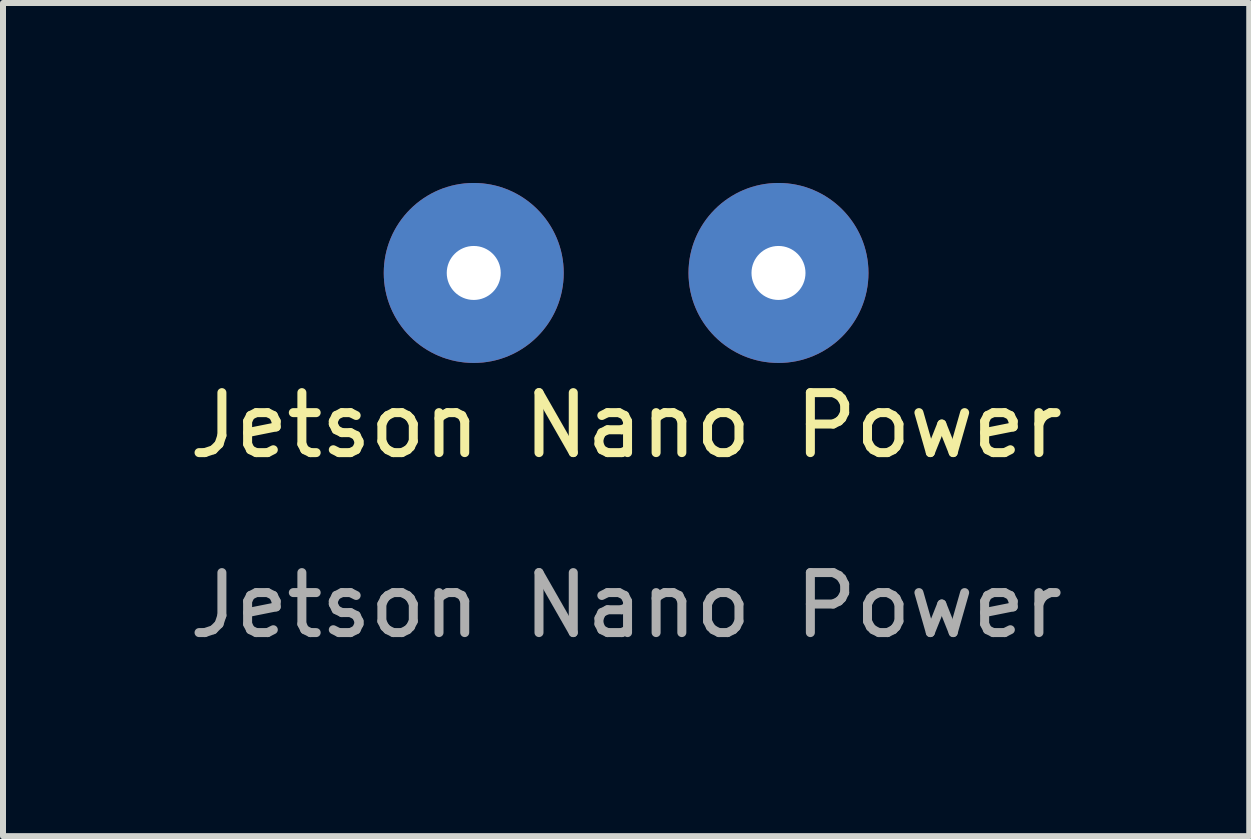
<source format=kicad_pcb>
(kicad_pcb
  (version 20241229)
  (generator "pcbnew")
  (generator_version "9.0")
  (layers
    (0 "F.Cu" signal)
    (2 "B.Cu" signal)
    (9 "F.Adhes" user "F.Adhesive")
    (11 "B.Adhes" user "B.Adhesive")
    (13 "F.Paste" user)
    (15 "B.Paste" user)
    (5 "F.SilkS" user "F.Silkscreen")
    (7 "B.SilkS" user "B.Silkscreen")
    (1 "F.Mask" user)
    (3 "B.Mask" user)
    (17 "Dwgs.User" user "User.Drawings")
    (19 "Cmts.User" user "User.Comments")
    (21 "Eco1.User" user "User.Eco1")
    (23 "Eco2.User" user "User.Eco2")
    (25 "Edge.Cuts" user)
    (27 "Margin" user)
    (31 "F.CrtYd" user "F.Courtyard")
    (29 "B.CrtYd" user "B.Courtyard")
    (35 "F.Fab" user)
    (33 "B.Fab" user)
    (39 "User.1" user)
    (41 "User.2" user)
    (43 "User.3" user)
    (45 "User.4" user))
  (footprint "Jetson Nano Power"
    (layer "F.Cu")
    (at 7.387 4.04)
    (property "Reference" "Jetson Nano Power" (at 0 0 0) (unlocked yes) (layer "F.SilkS") (effects (font (size 1 1) (thickness 0.15))))
    (attr through_hole)
    (fp_text user "${REFERENCE}" (at 0 3 0) (unlocked yes) (layer "F.Fab") (effects (font (size 1 1) (thickness 0.15))))
    (pad "1" thru_hole circle (at -2.54 -2.54) (size 3 3) (drill 0.9) (layers "*.Cu" "*.Mask"))
    (pad "2" thru_hole circle (at 2.54 -2.54) (size 3 3) (drill 0.9) (layers "*.Cu" "*.Mask")))
  (gr_rect
    (start -3 -3)
    (end 17.774 10.888)
    (stroke (width 0.1) (type default))
    (fill no)
    (layer "Edge.Cuts")))
</source>
